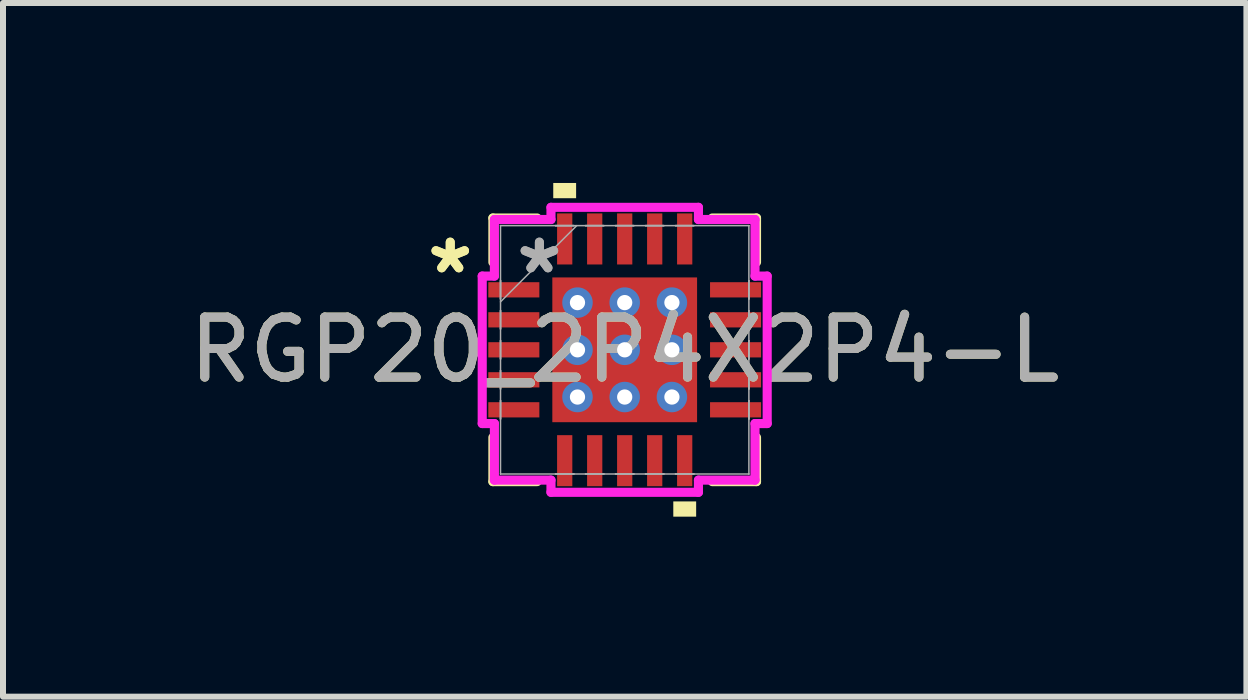
<source format=kicad_pcb>
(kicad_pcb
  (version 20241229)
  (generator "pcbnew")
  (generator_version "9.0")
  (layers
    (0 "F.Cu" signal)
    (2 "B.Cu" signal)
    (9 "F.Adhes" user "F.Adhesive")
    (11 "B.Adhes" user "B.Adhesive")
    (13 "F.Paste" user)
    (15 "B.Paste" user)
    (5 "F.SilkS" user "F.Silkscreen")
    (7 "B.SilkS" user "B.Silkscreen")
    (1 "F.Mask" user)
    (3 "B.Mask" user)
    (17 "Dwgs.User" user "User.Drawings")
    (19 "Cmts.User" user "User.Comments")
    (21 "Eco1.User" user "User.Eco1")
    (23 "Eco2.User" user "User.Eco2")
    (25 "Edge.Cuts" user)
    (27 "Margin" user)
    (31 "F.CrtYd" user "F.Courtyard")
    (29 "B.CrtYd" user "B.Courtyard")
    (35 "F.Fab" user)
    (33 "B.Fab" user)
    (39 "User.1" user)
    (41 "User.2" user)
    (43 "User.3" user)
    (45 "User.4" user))
  (footprint "RGP20_2P4X2P4-L"
    (layer "F.Cu")
    (at 7.363 2.781)
    (property "Reference" "RGP20_2P4X2P4-L" (at 0 0 0) (unlocked yes) (layer "F.SilkS") (effects (font (size 1 1) (thickness 0.15))))
    (attr smd)
    (fp_poly (pts (xy -1.27 -1.27) (xy -0.987 -1.27) (xy -0.987 1.27) (xy -1.27 1.27)) (stroke (width 0) (type solid)) (fill yes) (layer "F.Mask"))
    (fp_poly (pts (xy -1.27 -1.27) (xy 1.27 -1.27) (xy 1.27 -0.987) (xy -1.27 -0.987)) (stroke (width 0) (type solid)) (fill yes) (layer "F.Mask"))
    (fp_poly (pts (xy -1.27 -0.587) (xy 1.27 -0.587) (xy 1.27 -0.2) (xy -1.27 -0.2)) (stroke (width 0) (type solid)) (fill yes) (layer "F.Mask"))
    (fp_poly (pts (xy -1.27 0.2) (xy 1.27 0.2) (xy 1.27 0.587) (xy -1.27 0.587)) (stroke (width 0) (type solid)) (fill yes) (layer "F.Mask"))
    (fp_poly (pts (xy -1.27 0.987) (xy 1.27 0.987) (xy 1.27 1.27) (xy -1.27 1.27)) (stroke (width 0) (type solid)) (fill yes) (layer "F.Mask"))
    (fp_poly (pts (xy -0.2 -1.27) (xy -0.587 -1.27) (xy -0.587 1.27) (xy -0.2 1.27)) (stroke (width 0) (type solid)) (fill yes) (layer "F.Mask"))
    (fp_poly (pts (xy 0.587 -1.27) (xy 0.2 -1.27) (xy 0.2 1.27) (xy 0.587 1.27)) (stroke (width 0) (type solid)) (fill yes) (layer "F.Mask"))
    (fp_poly (pts (xy 0.987 -1.27) (xy 1.27 -1.27) (xy 1.27 1.27) (xy 0.987 1.27)) (stroke (width 0) (type solid)) (fill yes) (layer "F.Mask"))
    (fp_line (start -2.197 -2.197) (end -2.197 -1.46) (stroke (width 0.152) (type solid)) (layer "F.SilkS"))
    (fp_line (start -2.197 1.46) (end -2.197 2.197) (stroke (width 0.152) (type solid)) (layer "F.SilkS"))
    (fp_line (start -2.197 2.197) (end -1.46 2.197) (stroke (width 0.152) (type solid)) (layer "F.SilkS"))
    (fp_line (start -1.46 -2.197) (end -2.197 -2.197) (stroke (width 0.152) (type solid)) (layer "F.SilkS"))
    (fp_line (start 1.46 2.197) (end 2.197 2.197) (stroke (width 0.152) (type solid)) (layer "F.SilkS"))
    (fp_line (start 2.197 -2.197) (end 1.46 -2.197) (stroke (width 0.152) (type solid)) (layer "F.SilkS"))
    (fp_line (start 2.197 -1.46) (end 2.197 -2.197) (stroke (width 0.152) (type solid)) (layer "F.SilkS"))
    (fp_line (start 2.197 2.197) (end 2.197 1.46) (stroke (width 0.152) (type solid)) (layer "F.SilkS"))
    (fp_poly (pts (xy -1.191 -2.527) (xy -1.191 -2.781) (xy -0.81 -2.781) (xy -0.81 -2.527)) (stroke (width 0) (type solid)) (fill yes) (layer "F.SilkS"))
    (fp_poly (pts (xy 0.81 2.527) (xy 0.81 2.781) (xy 1.191 2.781) (xy 1.191 2.527)) (stroke (width 0) (type solid)) (fill yes) (layer "F.SilkS"))
    (fp_poly (pts (xy -1.132 -1.132) (xy -1.132 -0.887) (xy -1.029 -0.887) (xy -0.887 -1.029) (xy -0.887 -1.132)) (stroke (width 0) (type solid)) (fill yes) (layer "F.Paste"))
    (fp_poly (pts (xy -1.132 0.887) (xy -1.132 1.132) (xy -0.887 1.132) (xy -0.887 1.029) (xy -1.029 0.887)) (stroke (width 0) (type solid)) (fill yes) (layer "F.Paste"))
    (fp_poly (pts (xy 0.887 -1.132) (xy 0.887 -1.029) (xy 1.029 -0.887) (xy 1.132 -0.887) (xy 1.132 -1.132)) (stroke (width 0) (type solid)) (fill yes) (layer "F.Paste"))
    (fp_poly (pts (xy 1.029 0.887) (xy 0.887 1.029) (xy 0.887 1.132) (xy 1.132 1.132) (xy 1.132 0.887)) (stroke (width 0) (type solid)) (fill yes) (layer "F.Paste"))
    (fp_poly (pts (xy -1.132 -0.687) (xy -1.132 -0.1) (xy -1.029 -0.1) (xy -0.887 -0.241) (xy -0.887 -0.546) (xy -1.029 -0.687)) (stroke (width 0) (type solid)) (fill yes) (layer "F.Paste"))
    (fp_poly (pts (xy -1.132 0.1) (xy -1.132 0.687) (xy -1.029 0.687) (xy -0.887 0.546) (xy -0.887 0.241) (xy -1.029 0.1)) (stroke (width 0) (type solid)) (fill yes) (layer "F.Paste"))
    (fp_poly (pts (xy -0.687 -1.132) (xy -0.687 -1.029) (xy -0.546 -0.887) (xy -0.241 -0.887) (xy -0.1 -1.029) (xy -0.1 -1.132)) (stroke (width 0) (type solid)) (fill yes) (layer "F.Paste"))
    (fp_poly (pts (xy -0.546 0.887) (xy -0.687 1.029) (xy -0.687 1.132) (xy -0.1 1.132) (xy -0.1 1.029) (xy -0.241 0.887)) (stroke (width 0) (type solid)) (fill yes) (layer "F.Paste"))
    (fp_poly (pts (xy 0.1 -1.132) (xy 0.1 -1.029) (xy 0.241 -0.887) (xy 0.546 -0.887) (xy 0.687 -1.029) (xy 0.687 -1.132)) (stroke (width 0) (type solid)) (fill yes) (layer "F.Paste"))
    (fp_poly (pts (xy 0.241 0.887) (xy 0.1 1.029) (xy 0.1 1.132) (xy 0.687 1.132) (xy 0.687 1.029) (xy 0.546 0.887)) (stroke (width 0) (type solid)) (fill yes) (layer "F.Paste"))
    (fp_poly (pts (xy 1.029 -0.687) (xy 0.887 -0.546) (xy 0.887 -0.241) (xy 1.029 -0.1) (xy 1.132 -0.1) (xy 1.132 -0.687)) (stroke (width 0) (type solid)) (fill yes) (layer "F.Paste"))
    (fp_poly (pts (xy 1.029 0.1) (xy 0.887 0.241) (xy 0.887 0.546) (xy 1.029 0.687) (xy 1.132 0.687) (xy 1.132 0.1)) (stroke (width 0) (type solid)) (fill yes) (layer "F.Paste"))
    (fp_poly (pts (xy -0.546 -0.687) (xy -0.687 -0.546) (xy -0.687 -0.241) (xy -0.546 -0.1) (xy -0.241 -0.1) (xy -0.1 -0.241) (xy -0.1 -0.546) (xy -0.241 -0.687)) (stroke (width 0) (type solid)) (fill yes) (layer "F.Paste"))
    (fp_poly (pts (xy -0.546 0.1) (xy -0.687 0.241) (xy -0.687 0.546) (xy -0.546 0.687) (xy -0.241 0.687) (xy -0.1 0.546) (xy -0.1 0.241) (xy -0.241 0.1)) (stroke (width 0) (type solid)) (fill yes) (layer "F.Paste"))
    (fp_poly (pts (xy 0.241 -0.687) (xy 0.1 -0.546) (xy 0.1 -0.241) (xy 0.241 -0.1) (xy 0.546 -0.1) (xy 0.687 -0.241) (xy 0.687 -0.546) (xy 0.546 -0.687)) (stroke (width 0) (type solid)) (fill yes) (layer "F.Paste"))
    (fp_poly (pts (xy 0.241 0.1) (xy 0.1 0.241) (xy 0.1 0.546) (xy 0.241 0.687) (xy 0.546 0.687) (xy 0.687 0.546) (xy 0.687 0.241) (xy 0.546 0.1)) (stroke (width 0) (type solid)) (fill yes) (layer "F.Paste"))
    (fp_line (start -2.375 -1.229) (end -2.172 -1.229) (stroke (width 0.152) (type solid)) (layer "F.CrtYd"))
    (fp_line (start -2.375 1.229) (end -2.375 -1.229) (stroke (width 0.152) (type solid)) (layer "F.CrtYd"))
    (fp_line (start -2.172 -2.172) (end -1.229 -2.172) (stroke (width 0.152) (type solid)) (layer "F.CrtYd"))
    (fp_line (start -2.172 -1.229) (end -2.172 -2.172) (stroke (width 0.152) (type solid)) (layer "F.CrtYd"))
    (fp_line (start -2.172 1.229) (end -2.375 1.229) (stroke (width 0.152) (type solid)) (layer "F.CrtYd"))
    (fp_line (start -2.172 2.172) (end -2.172 1.229) (stroke (width 0.152) (type solid)) (layer "F.CrtYd"))
    (fp_line (start -1.229 -2.375) (end 1.229 -2.375) (stroke (width 0.152) (type solid)) (layer "F.CrtYd"))
    (fp_line (start -1.229 -2.172) (end -1.229 -2.375) (stroke (width 0.152) (type solid)) (layer "F.CrtYd"))
    (fp_line (start -1.229 2.172) (end -2.172 2.172) (stroke (width 0.152) (type solid)) (layer "F.CrtYd"))
    (fp_line (start -1.229 2.375) (end -1.229 2.172) (stroke (width 0.152) (type solid)) (layer "F.CrtYd"))
    (fp_line (start 1.229 -2.375) (end 1.229 -2.172) (stroke (width 0.152) (type solid)) (layer "F.CrtYd"))
    (fp_line (start 1.229 -2.172) (end 2.172 -2.172) (stroke (width 0.152) (type solid)) (layer "F.CrtYd"))
    (fp_line (start 1.229 2.172) (end 1.229 2.375) (stroke (width 0.152) (type solid)) (layer "F.CrtYd"))
    (fp_line (start 1.229 2.375) (end -1.229 2.375) (stroke (width 0.152) (type solid)) (layer "F.CrtYd"))
    (fp_line (start 2.172 -2.172) (end 2.172 -1.229) (stroke (width 0.152) (type solid)) (layer "F.CrtYd"))
    (fp_line (start 2.172 -1.229) (end 2.375 -1.229) (stroke (width 0.152) (type solid)) (layer "F.CrtYd"))
    (fp_line (start 2.172 1.229) (end 2.172 2.172) (stroke (width 0.152) (type solid)) (layer "F.CrtYd"))
    (fp_line (start 2.172 2.172) (end 1.229 2.172) (stroke (width 0.152) (type solid)) (layer "F.CrtYd"))
    (fp_line (start 2.375 -1.229) (end 2.375 1.229) (stroke (width 0.152) (type solid)) (layer "F.CrtYd"))
    (fp_line (start 2.375 1.229) (end 2.172 1.229) (stroke (width 0.152) (type solid)) (layer "F.CrtYd"))
    (fp_line (start -2.07 -2.07) (end -2.07 -2.07) (stroke (width 0.025) (type solid)) (layer "F.Fab"))
    (fp_line (start -2.07 -2.07) (end -2.07 2.07) (stroke (width 0.025) (type solid)) (layer "F.Fab"))
    (fp_line (start -2.07 -1.152) (end -2.07 -1.152) (stroke (width 0.025) (type solid)) (layer "F.Fab"))
    (fp_line (start -2.07 -1.152) (end -2.07 -0.848) (stroke (width 0.025) (type solid)) (layer "F.Fab"))
    (fp_line (start -2.07 -0.848) (end -2.07 -1.152) (stroke (width 0.025) (type solid)) (layer "F.Fab"))
    (fp_line (start -2.07 -0.848) (end -2.07 -0.848) (stroke (width 0.025) (type solid)) (layer "F.Fab"))
    (fp_line (start -2.07 -0.8) (end -0.8 -2.07) (stroke (width 0.025) (type solid)) (layer "F.Fab"))
    (fp_line (start -2.07 -0.652) (end -2.07 -0.652) (stroke (width 0.025) (type solid)) (layer "F.Fab"))
    (fp_line (start -2.07 -0.652) (end -2.07 -0.348) (stroke (width 0.025) (type solid)) (layer "F.Fab"))
    (fp_line (start -2.07 -0.348) (end -2.07 -0.652) (stroke (width 0.025) (type solid)) (layer "F.Fab"))
    (fp_line (start -2.07 -0.348) (end -2.07 -0.348) (stroke (width 0.025) (type solid)) (layer "F.Fab"))
    (fp_line (start -2.07 -0.152) (end -2.07 -0.152) (stroke (width 0.025) (type solid)) (layer "F.Fab"))
    (fp_line (start -2.07 -0.152) (end -2.07 0.152) (stroke (width 0.025) (type solid)) (layer "F.Fab"))
    (fp_line (start -2.07 0.152) (end -2.07 -0.152) (stroke (width 0.025) (type solid)) (layer "F.Fab"))
    (fp_line (start -2.07 0.152) (end -2.07 0.152) (stroke (width 0.025) (type solid)) (layer "F.Fab"))
    (fp_line (start -2.07 0.348) (end -2.07 0.348) (stroke (width 0.025) (type solid)) (layer "F.Fab"))
    (fp_line (start -2.07 0.348) (end -2.07 0.652) (stroke (width 0.025) (type solid)) (layer "F.Fab"))
    (fp_line (start -2.07 0.652) (end -2.07 0.348) (stroke (width 0.025) (type solid)) (layer "F.Fab"))
    (fp_line (start -2.07 0.652) (end -2.07 0.652) (stroke (width 0.025) (type solid)) (layer "F.Fab"))
    (fp_line (start -2.07 0.848) (end -2.07 0.848) (stroke (width 0.025) (type solid)) (layer "F.Fab"))
    (fp_line (start -2.07 0.848) (end -2.07 1.152) (stroke (width 0.025) (type solid)) (layer "F.Fab"))
    (fp_line (start -2.07 1.152) (end -2.07 0.848) (stroke (width 0.025) (type solid)) (layer "F.Fab"))
    (fp_line (start -2.07 1.152) (end -2.07 1.152) (stroke (width 0.025) (type solid)) (layer "F.Fab"))
    (fp_line (start -2.07 2.07) (end -2.07 2.07) (stroke (width 0.025) (type solid)) (layer "F.Fab"))
    (fp_line (start -2.07 2.07) (end 2.07 2.07) (stroke (width 0.025) (type solid)) (layer "F.Fab"))
    (fp_line (start -1.152 -2.07) (end -1.152 -2.07) (stroke (width 0.025) (type solid)) (layer "F.Fab"))
    (fp_line (start -1.152 -2.07) (end -0.848 -2.07) (stroke (width 0.025) (type solid)) (layer "F.Fab"))
    (fp_line (start -1.152 2.07) (end -1.152 2.07) (stroke (width 0.025) (type solid)) (layer "F.Fab"))
    (fp_line (start -1.152 2.07) (end -0.848 2.07) (stroke (width 0.025) (type solid)) (layer "F.Fab"))
    (fp_line (start -0.848 -2.07) (end -1.152 -2.07) (stroke (width 0.025) (type solid)) (layer "F.Fab"))
    (fp_line (start -0.848 -2.07) (end -0.848 -2.07) (stroke (width 0.025) (type solid)) (layer "F.Fab"))
    (fp_line (start -0.848 2.07) (end -1.152 2.07) (stroke (width 0.025) (type solid)) (layer "F.Fab"))
    (fp_line (start -0.848 2.07) (end -0.848 2.07) (stroke (width 0.025) (type solid)) (layer "F.Fab"))
    (fp_line (start -0.652 -2.07) (end -0.652 -2.07) (stroke (width 0.025) (type solid)) (layer "F.Fab"))
    (fp_line (start -0.652 -2.07) (end -0.348 -2.07) (stroke (width 0.025) (type solid)) (layer "F.Fab"))
    (fp_line (start -0.652 2.07) (end -0.652 2.07) (stroke (width 0.025) (type solid)) (layer "F.Fab"))
    (fp_line (start -0.652 2.07) (end -0.348 2.07) (stroke (width 0.025) (type solid)) (layer "F.Fab"))
    (fp_line (start -0.348 -2.07) (end -0.652 -2.07) (stroke (width 0.025) (type solid)) (layer "F.Fab"))
    (fp_line (start -0.348 -2.07) (end -0.348 -2.07) (stroke (width 0.025) (type solid)) (layer "F.Fab"))
    (fp_line (start -0.348 2.07) (end -0.652 2.07) (stroke (width 0.025) (type solid)) (layer "F.Fab"))
    (fp_line (start -0.348 2.07) (end -0.348 2.07) (stroke (width 0.025) (type solid)) (layer "F.Fab"))
    (fp_line (start -0.152 -2.07) (end -0.152 -2.07) (stroke (width 0.025) (type solid)) (layer "F.Fab"))
    (fp_line (start -0.152 -2.07) (end 0.152 -2.07) (stroke (width 0.025) (type solid)) (layer "F.Fab"))
    (fp_line (start -0.152 2.07) (end -0.152 2.07) (stroke (width 0.025) (type solid)) (layer "F.Fab"))
    (fp_line (start -0.152 2.07) (end 0.152 2.07) (stroke (width 0.025) (type solid)) (layer "F.Fab"))
    (fp_line (start 0.152 -2.07) (end -0.152 -2.07) (stroke (width 0.025) (type solid)) (layer "F.Fab"))
    (fp_line (start 0.152 -2.07) (end 0.152 -2.07) (stroke (width 0.025) (type solid)) (layer "F.Fab"))
    (fp_line (start 0.152 2.07) (end -0.152 2.07) (stroke (width 0.025) (type solid)) (layer "F.Fab"))
    (fp_line (start 0.152 2.07) (end 0.152 2.07) (stroke (width 0.025) (type solid)) (layer "F.Fab"))
    (fp_line (start 0.348 -2.07) (end 0.348 -2.07) (stroke (width 0.025) (type solid)) (layer "F.Fab"))
    (fp_line (start 0.348 -2.07) (end 0.652 -2.07) (stroke (width 0.025) (type solid)) (layer "F.Fab"))
    (fp_line (start 0.348 2.07) (end 0.348 2.07) (stroke (width 0.025) (type solid)) (layer "F.Fab"))
    (fp_line (start 0.348 2.07) (end 0.652 2.07) (stroke (width 0.025) (type solid)) (layer "F.Fab"))
    (fp_line (start 0.652 -2.07) (end 0.348 -2.07) (stroke (width 0.025) (type solid)) (layer "F.Fab"))
    (fp_line (start 0.652 -2.07) (end 0.652 -2.07) (stroke (width 0.025) (type solid)) (layer "F.Fab"))
    (fp_line (start 0.652 2.07) (end 0.348 2.07) (stroke (width 0.025) (type solid)) (layer "F.Fab"))
    (fp_line (start 0.652 2.07) (end 0.652 2.07) (stroke (width 0.025) (type solid)) (layer "F.Fab"))
    (fp_line (start 0.848 -2.07) (end 0.848 -2.07) (stroke (width 0.025) (type solid)) (layer "F.Fab"))
    (fp_line (start 0.848 -2.07) (end 1.152 -2.07) (stroke (width 0.025) (type solid)) (layer "F.Fab"))
    (fp_line (start 0.848 2.07) (end 0.848 2.07) (stroke (width 0.025) (type solid)) (layer "F.Fab"))
    (fp_line (start 0.848 2.07) (end 1.152 2.07) (stroke (width 0.025) (type solid)) (layer "F.Fab"))
    (fp_line (start 1.152 -2.07) (end 0.848 -2.07) (stroke (width 0.025) (type solid)) (layer "F.Fab"))
    (fp_line (start 1.152 -2.07) (end 1.152 -2.07) (stroke (width 0.025) (type solid)) (layer "F.Fab"))
    (fp_line (start 1.152 2.07) (end 0.848 2.07) (stroke (width 0.025) (type solid)) (layer "F.Fab"))
    (fp_line (start 1.152 2.07) (end 1.152 2.07) (stroke (width 0.025) (type solid)) (layer "F.Fab"))
    (fp_line (start 2.07 -2.07) (end -2.07 -2.07) (stroke (width 0.025) (type solid)) (layer "F.Fab"))
    (fp_line (start 2.07 -2.07) (end 2.07 -2.07) (stroke (width 0.025) (type solid)) (layer "F.Fab"))
    (fp_line (start 2.07 -1.152) (end 2.07 -1.152) (stroke (width 0.025) (type solid)) (layer "F.Fab"))
    (fp_line (start 2.07 -1.152) (end 2.07 -0.848) (stroke (width 0.025) (type solid)) (layer "F.Fab"))
    (fp_line (start 2.07 -0.848) (end 2.07 -1.152) (stroke (width 0.025) (type solid)) (layer "F.Fab"))
    (fp_line (start 2.07 -0.848) (end 2.07 -0.848) (stroke (width 0.025) (type solid)) (layer "F.Fab"))
    (fp_line (start 2.07 -0.652) (end 2.07 -0.652) (stroke (width 0.025) (type solid)) (layer "F.Fab"))
    (fp_line (start 2.07 -0.652) (end 2.07 -0.348) (stroke (width 0.025) (type solid)) (layer "F.Fab"))
    (fp_line (start 2.07 -0.348) (end 2.07 -0.652) (stroke (width 0.025) (type solid)) (layer "F.Fab"))
    (fp_line (start 2.07 -0.348) (end 2.07 -0.348) (stroke (width 0.025) (type solid)) (layer "F.Fab"))
    (fp_line (start 2.07 -0.152) (end 2.07 -0.152) (stroke (width 0.025) (type solid)) (layer "F.Fab"))
    (fp_line (start 2.07 -0.152) (end 2.07 0.152) (stroke (width 0.025) (type solid)) (layer "F.Fab"))
    (fp_line (start 2.07 0.152) (end 2.07 -0.152) (stroke (width 0.025) (type solid)) (layer "F.Fab"))
    (fp_line (start 2.07 0.152) (end 2.07 0.152) (stroke (width 0.025) (type solid)) (layer "F.Fab"))
    (fp_line (start 2.07 0.348) (end 2.07 0.348) (stroke (width 0.025) (type solid)) (layer "F.Fab"))
    (fp_line (start 2.07 0.348) (end 2.07 0.652) (stroke (width 0.025) (type solid)) (layer "F.Fab"))
    (fp_line (start 2.07 0.652) (end 2.07 0.348) (stroke (width 0.025) (type solid)) (layer "F.Fab"))
    (fp_line (start 2.07 0.652) (end 2.07 0.652) (stroke (width 0.025) (type solid)) (layer "F.Fab"))
    (fp_line (start 2.07 0.848) (end 2.07 0.848) (stroke (width 0.025) (type solid)) (layer "F.Fab"))
    (fp_line (start 2.07 0.848) (end 2.07 1.152) (stroke (width 0.025) (type solid)) (layer "F.Fab"))
    (fp_line (start 2.07 1.152) (end 2.07 0.848) (stroke (width 0.025) (type solid)) (layer "F.Fab"))
    (fp_line (start 2.07 1.152) (end 2.07 1.152) (stroke (width 0.025) (type solid)) (layer "F.Fab"))
    (fp_line (start 2.07 2.07) (end 2.07 -2.07) (stroke (width 0.025) (type solid)) (layer "F.Fab"))
    (fp_line (start 2.07 2.07) (end 2.07 2.07) (stroke (width 0.025) (type solid)) (layer "F.Fab"))
    (fp_text user "*" (at -2.908 -1.25 0) (unlocked yes) (layer "F.SilkS") (effects (font (size 1 1) (thickness 0.15))))
    (fp_text user "*" (at -2.908 -1.25 0) (layer "F.SilkS") (effects (font (size 1 1) (thickness 0.15))))
    (fp_text user "*" (at -1.422 -1.25 0) (layer "F.Fab") (effects (font (size 1 1) (thickness 0.15))))
    (fp_text user "*" (at -1.422 -1.25 0) (unlocked yes) (layer "F.Fab") (effects (font (size 1 1) (thickness 0.15))))
    (fp_text user "${REFERENCE}" (at 0 0 0) (unlocked yes) (layer "F.Fab") (effects (font (size 1 1) (thickness 0.15))))
    (pad "1" smd rect (at -1.848 -1 90) (size 0.254 0.851) (layers "F.Cu" "F.Mask" "F.Paste"))
    (pad "2" smd rect (at -1.848 -0.5 90) (size 0.254 0.851) (layers "F.Cu" "F.Mask" "F.Paste"))
    (pad "3" smd rect (at -1.848 0 90) (size 0.254 0.851) (layers "F.Cu" "F.Mask" "F.Paste"))
    (pad "4" smd rect (at -1.848 0.5 90) (size 0.254 0.851) (layers "F.Cu" "F.Mask" "F.Paste"))
    (pad "5" smd rect (at -1.848 1 90) (size 0.254 0.851) (layers "F.Cu" "F.Mask" "F.Paste"))
    (pad "6" smd rect (at -1 1.848) (size 0.254 0.851) (layers "F.Cu" "F.Mask" "F.Paste"))
    (pad "7" smd rect (at -0.5 1.848) (size 0.254 0.851) (layers "F.Cu" "F.Mask" "F.Paste"))
    (pad "8" smd rect (at 0 1.848) (size 0.254 0.851) (layers "F.Cu" "F.Mask" "F.Paste"))
    (pad "9" smd rect (at 0.5 1.848) (size 0.254 0.851) (layers "F.Cu" "F.Mask" "F.Paste"))
    (pad "10" smd rect (at 1 1.848) (size 0.254 0.851) (layers "F.Cu" "F.Mask" "F.Paste"))
    (pad "11" smd rect (at 1.848 1 90) (size 0.254 0.851) (layers "F.Cu" "F.Mask" "F.Paste"))
    (pad "12" smd rect (at 1.848 0.5 90) (size 0.254 0.851) (layers "F.Cu" "F.Mask" "F.Paste"))
    (pad "13" smd rect (at 1.848 0 90) (size 0.254 0.851) (layers "F.Cu" "F.Mask" "F.Paste"))
    (pad "14" smd rect (at 1.848 -0.5 90) (size 0.254 0.851) (layers "F.Cu" "F.Mask" "F.Paste"))
    (pad "15" smd rect (at 1.848 -1 90) (size 0.254 0.851) (layers "F.Cu" "F.Mask" "F.Paste"))
    (pad "16" smd rect (at 1 -1.848) (size 0.254 0.851) (layers "F.Cu" "F.Mask" "F.Paste"))
    (pad "17" smd rect (at 0.5 -1.848) (size 0.254 0.851) (layers "F.Cu" "F.Mask" "F.Paste"))
    (pad "18" smd rect (at 0 -1.848) (size 0.254 0.851) (layers "F.Cu" "F.Mask" "F.Paste"))
    (pad "19" smd rect (at -0.5 -1.848) (size 0.254 0.851) (layers "F.Cu" "F.Mask" "F.Paste"))
    (pad "20" smd rect (at -1 -1.848) (size 0.254 0.851) (layers "F.Cu" "F.Mask" "F.Paste"))
    (pad "21" smd rect (at 0 0) (size 2.413 2.413) (layers "F.Cu"))
    (pad "V" thru_hole circle (at -0.787 -0.787) (size 0.508 0.508) (drill 0.254) (layers "*.Cu" "*.Mask"))
    (pad "V" thru_hole circle (at -0.787 0) (size 0.508 0.508) (drill 0.254) (layers "*.Cu" "*.Mask"))
    (pad "V" thru_hole circle (at -0.787 0.787) (size 0.508 0.508) (drill 0.254) (layers "*.Cu" "*.Mask"))
    (pad "V" thru_hole circle (at 0 -0.787) (size 0.508 0.508) (drill 0.254) (layers "*.Cu" "*.Mask"))
    (pad "V" thru_hole circle (at 0 0) (size 0.508 0.508) (drill 0.254) (layers "*.Cu" "*.Mask"))
    (pad "V" thru_hole circle (at 0 0.787) (size 0.508 0.508) (drill 0.254) (layers "*.Cu" "*.Mask"))
    (pad "V" thru_hole circle (at 0.787 -0.787) (size 0.508 0.508) (drill 0.254) (layers "*.Cu" "*.Mask"))
    (pad "V" thru_hole circle (at 0.787 0) (size 0.508 0.508) (drill 0.254) (layers "*.Cu" "*.Mask"))
    (pad "V" thru_hole circle (at 0.787 0.787) (size 0.508 0.508) (drill 0.254) (layers "*.Cu" "*.Mask")))
  (gr_rect
    (start -3 -3)
    (end 17.726 8.563)
    (stroke (width 0.1) (type default))
    (fill no)
    (layer "Edge.Cuts")))
</source>
